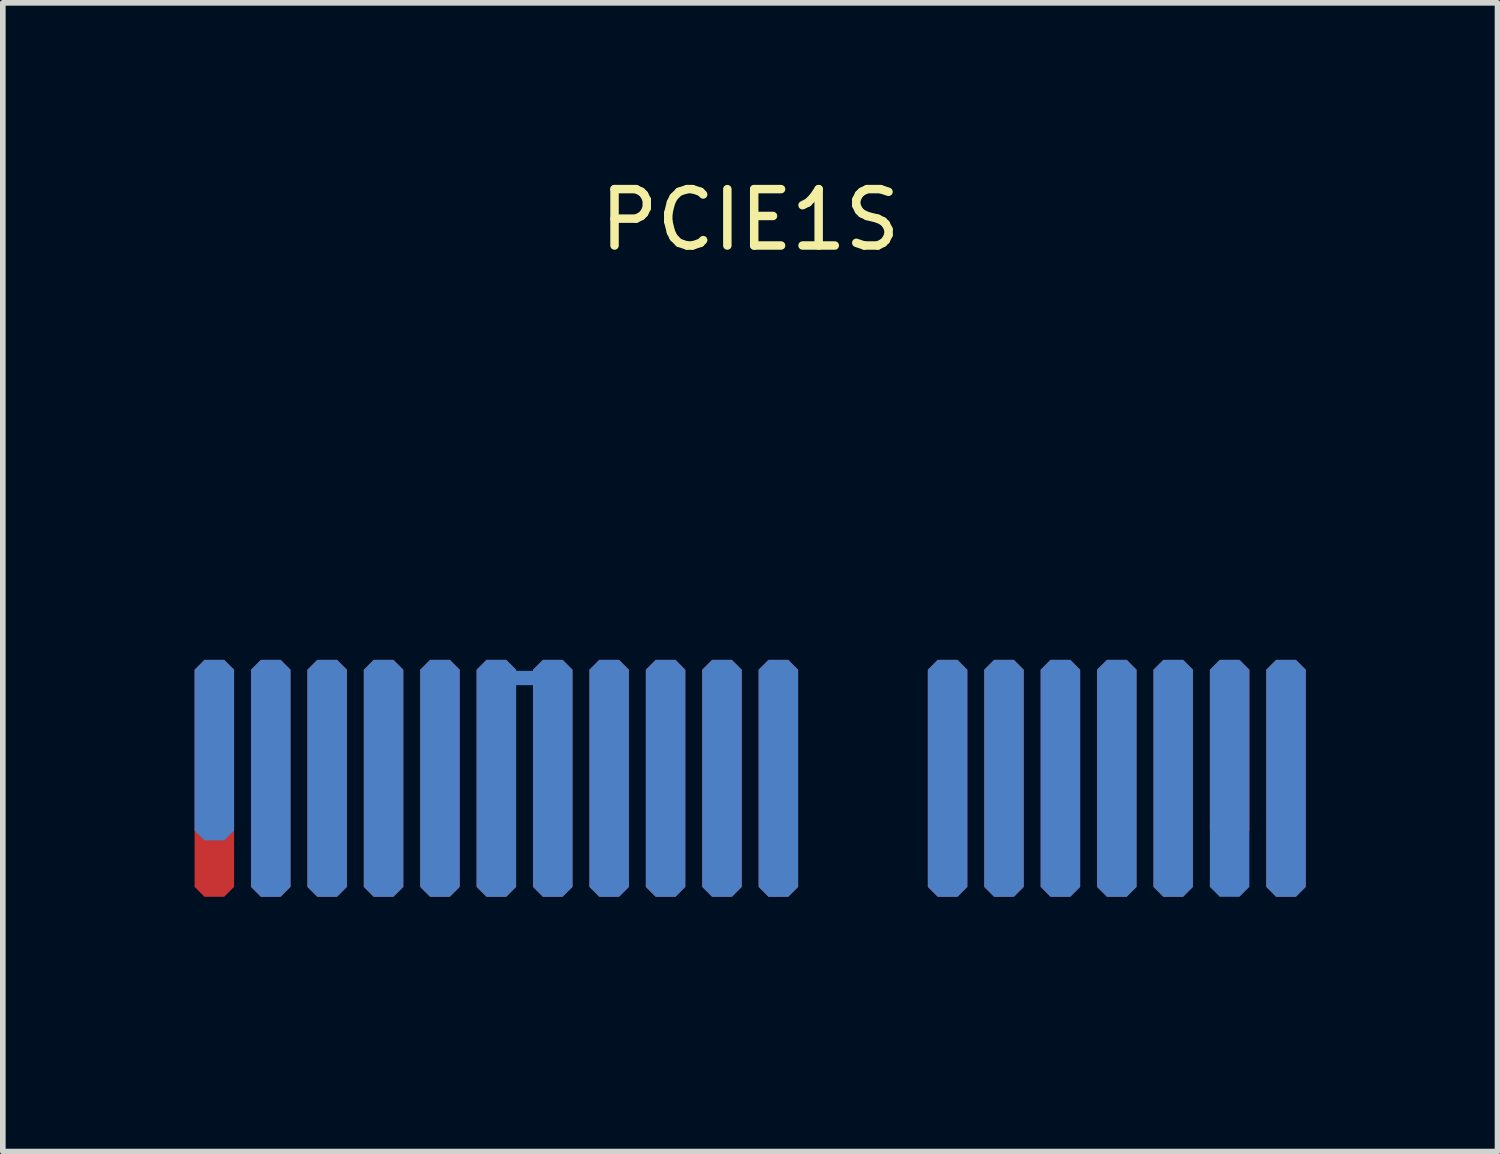
<source format=kicad_pcb>
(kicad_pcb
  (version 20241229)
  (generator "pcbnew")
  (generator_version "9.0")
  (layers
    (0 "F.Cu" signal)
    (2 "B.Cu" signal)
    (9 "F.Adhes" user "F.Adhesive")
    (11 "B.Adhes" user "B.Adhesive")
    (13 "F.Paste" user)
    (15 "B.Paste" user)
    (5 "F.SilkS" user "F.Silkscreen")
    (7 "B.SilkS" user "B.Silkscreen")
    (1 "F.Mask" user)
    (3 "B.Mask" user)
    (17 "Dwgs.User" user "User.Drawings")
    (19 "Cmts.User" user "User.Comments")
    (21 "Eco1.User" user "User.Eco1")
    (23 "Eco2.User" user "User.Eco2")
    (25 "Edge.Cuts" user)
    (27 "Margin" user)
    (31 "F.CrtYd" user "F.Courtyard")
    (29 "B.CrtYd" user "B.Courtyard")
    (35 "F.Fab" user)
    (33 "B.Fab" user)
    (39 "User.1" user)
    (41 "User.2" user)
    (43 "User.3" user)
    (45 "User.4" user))
  (footprint "PCIE1S"
    (layer "F.Cu")
    (at 0.75 10.749)
    (property "Reference" "PCIE1S" (at 9.5 -9.901 0) (layer "F.SilkS") (effects (font (size 1 1) (thickness 0.15))))
    (fp_line (start 5.08 -1.778) (end 5.842 -1.778) (stroke (width 0.254) (type solid)) (layer "B.Cu"))
    (fp_line (start -0.65 3.149) (end -0.65 -7.414) (stroke (width 0.2) (type solid)) (layer "User.1"))
    (fp_line (start -0.65 3.155) (end -0.65 3.149) (stroke (width 0.2) (type solid)) (layer "User.1"))
    (fp_line (start -0.65 3.155) (end -0.288 3.517) (stroke (width 0.2) (type solid)) (layer "User.1"))
    (fp_line (start -0.288 3.517) (end 10.194 3.517) (stroke (width 0.2) (type solid)) (layer "User.1"))
    (fp_line (start 10.194 3.517) (end 10.652 3.06) (stroke (width 0.2) (type solid)) (layer "User.1"))
    (fp_line (start 10.652 3.06) (end 10.652 -3.953) (stroke (width 0.2) (type solid)) (layer "User.1"))
    (fp_line (start 12.348 3.045) (end 12.353 3.045) (stroke (width 0.2) (type solid)) (layer "User.1"))
    (fp_line (start 12.351 3.042) (end 12.351 -3.953) (stroke (width 0.2) (type solid)) (layer "User.1"))
    (fp_line (start 12.353 3.045) (end 12.826 3.517) (stroke (width 0.2) (type solid)) (layer "User.1"))
    (fp_line (start 12.826 3.517) (end 19.294 3.517) (stroke (width 0.2) (type solid)) (layer "User.1"))
    (fp_line (start 19.294 3.517) (end 19.65 3.161) (stroke (width 0.2) (type solid)) (layer "User.1"))
    (fp_line (start 19.65 3.149) (end 19.65 -9.101) (stroke (width 0.2) (type solid)) (layer "User.1"))
    (fp_line (start 19.65 3.161) (end 19.65 3.149) (stroke (width 0.2) (type solid)) (layer "User.1"))
    (fp_arc (start 10.65086 -3.9531) (mid 11.49998 -4.80222) (end 12.3491 -3.9531) (stroke (width 0.2) (type solid)) (layer "User.1"))
    (pad "1" smd roundrect (at 0 0 180) (size 0.7 4.2) (layers "F.Cu" "F.Mask" "F.Paste") (roundrect_rratio 0.25) (chamfer_ratio 0.25) (chamfer top_left top_right bottom_left bottom_right))
    (pad "2" smd roundrect (at 1 0 180) (size 0.7 4.2) (layers "F.Cu" "F.Mask" "F.Paste") (roundrect_rratio 0.25) (chamfer_ratio 0.25) (chamfer top_left top_right bottom_left bottom_right))
    (pad "3" smd roundrect (at 2 0 180) (size 0.7 4.2) (layers "F.Cu" "F.Mask" "F.Paste") (roundrect_rratio 0.25) (chamfer_ratio 0.25) (chamfer top_left top_right bottom_left bottom_right))
    (pad "4" smd roundrect (at 3 0 180) (size 0.7 4.2) (layers "F.Cu" "F.Mask" "F.Paste") (roundrect_rratio 0.25) (chamfer_ratio 0.25) (chamfer top_left top_right bottom_left bottom_right))
    (pad "5" smd roundrect (at 4 0 180) (size 0.7 4.2) (layers "F.Cu" "F.Mask" "F.Paste") (roundrect_rratio 0.25) (chamfer_ratio 0.25) (chamfer top_left top_right bottom_left bottom_right))
    (pad "6" smd roundrect (at 5 0 180) (size 0.7 4.2) (layers "F.Cu" "F.Mask" "F.Paste") (roundrect_rratio 0.25) (chamfer_ratio 0.25) (chamfer top_left top_right bottom_left bottom_right))
    (pad "7" smd roundrect (at 6 0 180) (size 0.7 4.2) (layers "F.Cu" "F.Mask" "F.Paste") (roundrect_rratio 0.25) (chamfer_ratio 0.25) (chamfer top_left top_right bottom_left bottom_right))
    (pad "8" smd roundrect (at 7 0 180) (size 0.7 4.2) (layers "F.Cu" "F.Mask" "F.Paste") (roundrect_rratio 0.25) (chamfer_ratio 0.25) (chamfer top_left top_right bottom_left bottom_right))
    (pad "9" smd roundrect (at 8 0 180) (size 0.7 4.2) (layers "F.Cu" "F.Mask" "F.Paste") (roundrect_rratio 0.25) (chamfer_ratio 0.25) (chamfer top_left top_right bottom_left bottom_right))
    (pad "10" smd roundrect (at 9 0 180) (size 0.7 4.2) (layers "F.Cu" "F.Mask" "F.Paste") (roundrect_rratio 0.25) (chamfer_ratio 0.25) (chamfer top_left top_right bottom_left bottom_right))
    (pad "11" smd roundrect (at 10 0 180) (size 0.7 4.2) (layers "F.Cu" "F.Mask" "F.Paste") (roundrect_rratio 0.25) (chamfer_ratio 0.25) (chamfer top_left top_right bottom_left bottom_right))
    (pad "12" smd roundrect (at 13 0 180) (size 0.7 4.2) (layers "F.Cu" "F.Mask" "F.Paste") (roundrect_rratio 0.25) (chamfer_ratio 0.25) (chamfer top_left top_right bottom_left bottom_right))
    (pad "13" smd roundrect (at 14 0 180) (size 0.7 4.2) (layers "F.Cu" "F.Mask" "F.Paste") (roundrect_rratio 0.25) (chamfer_ratio 0.25) (chamfer top_left top_right bottom_left bottom_right))
    (pad "14" smd roundrect (at 15 0 180) (size 0.7 4.2) (layers "F.Cu" "F.Mask" "F.Paste") (roundrect_rratio 0.25) (chamfer_ratio 0.25) (chamfer top_left top_right bottom_left bottom_right))
    (pad "15" smd roundrect (at 16 0 180) (size 0.7 4.2) (layers "F.Cu" "F.Mask" "F.Paste") (roundrect_rratio 0.25) (chamfer_ratio 0.25) (chamfer top_left top_right bottom_left bottom_right))
    (pad "16" smd roundrect (at 17 0 180) (size 0.7 4.2) (layers "F.Cu" "F.Mask" "F.Paste") (roundrect_rratio 0.25) (chamfer_ratio 0.25) (chamfer top_left top_right bottom_left bottom_right))
    (pad "17" smd roundrect (at 18 -0.5 180) (size 0.7 3.2) (layers "F.Cu" "F.Mask" "F.Paste") (roundrect_rratio 0.25) (chamfer_ratio 0.25) (chamfer top_left top_right bottom_left bottom_right))
    (pad "18" smd roundrect (at 19 0 180) (size 0.7 4.2) (layers "F.Cu" "F.Mask" "F.Paste") (roundrect_rratio 0.25) (chamfer_ratio 0.25) (chamfer top_left top_right bottom_left bottom_right))
    (pad "19" smd roundrect (at 19 0 180) (size 0.7 4.2) (layers "B.Cu" "B.Mask" "B.Paste") (roundrect_rratio 0.25) (chamfer_ratio 0.25) (chamfer top_left top_right bottom_left bottom_right))
    (pad "20" smd roundrect (at 18 0 180) (size 0.7 4.2) (layers "B.Cu" "B.Mask" "B.Paste") (roundrect_rratio 0.25) (chamfer_ratio 0.25) (chamfer top_left top_right bottom_left bottom_right))
    (pad "21" smd roundrect (at 17 0 180) (size 0.7 4.2) (layers "B.Cu" "B.Mask" "B.Paste") (roundrect_rratio 0.25) (chamfer_ratio 0.25) (chamfer top_left top_right bottom_left bottom_right))
    (pad "22" smd roundrect (at 16 0 180) (size 0.7 4.2) (layers "B.Cu" "B.Mask" "B.Paste") (roundrect_rratio 0.25) (chamfer_ratio 0.25) (chamfer top_left top_right bottom_left bottom_right))
    (pad "23" smd roundrect (at 15 0 180) (size 0.7 4.2) (layers "B.Cu" "B.Mask" "B.Paste") (roundrect_rratio 0.25) (chamfer_ratio 0.25) (chamfer top_left top_right bottom_left bottom_right))
    (pad "24" smd roundrect (at 14 0 180) (size 0.7 4.2) (layers "B.Cu" "B.Mask" "B.Paste") (roundrect_rratio 0.25) (chamfer_ratio 0.25) (chamfer top_left top_right bottom_left bottom_right))
    (pad "25" smd roundrect (at 13 0 180) (size 0.7 4.2) (layers "B.Cu" "B.Mask" "B.Paste") (roundrect_rratio 0.25) (chamfer_ratio 0.25) (chamfer top_left top_right bottom_left bottom_right))
    (pad "26" smd roundrect (at 10 0 180) (size 0.7 4.2) (layers "B.Cu" "B.Mask" "B.Paste") (roundrect_rratio 0.25) (chamfer_ratio 0.25) (chamfer top_left top_right bottom_left bottom_right))
    (pad "27" smd roundrect (at 9 0 180) (size 0.7 4.2) (layers "B.Cu" "B.Mask" "B.Paste") (roundrect_rratio 0.25) (chamfer_ratio 0.25) (chamfer top_left top_right bottom_left bottom_right))
    (pad "28" smd roundrect (at 8 0 180) (size 0.7 4.2) (layers "B.Cu" "B.Mask" "B.Paste") (roundrect_rratio 0.25) (chamfer_ratio 0.25) (chamfer top_left top_right bottom_left bottom_right))
    (pad "29" smd roundrect (at 7 0 180) (size 0.7 4.2) (layers "B.Cu" "B.Mask" "B.Paste") (roundrect_rratio 0.25) (chamfer_ratio 0.25) (chamfer top_left top_right bottom_left bottom_right))
    (pad "30" smd roundrect (at 6 0 180) (size 0.7 4.2) (layers "B.Cu" "B.Mask" "B.Paste") (roundrect_rratio 0.25) (chamfer_ratio 0.25) (chamfer top_left top_right bottom_left bottom_right))
    (pad "31" smd roundrect (at 5 0 180) (size 0.7 4.2) (layers "B.Cu" "B.Mask" "B.Paste") (roundrect_rratio 0.25) (chamfer_ratio 0.25) (chamfer top_left top_right bottom_left bottom_right))
    (pad "32" smd roundrect (at 4 0 180) (size 0.7 4.2) (layers "B.Cu" "B.Mask" "B.Paste") (roundrect_rratio 0.25) (chamfer_ratio 0.25) (chamfer top_left top_right bottom_left bottom_right))
    (pad "33" smd roundrect (at 3 0 180) (size 0.7 4.2) (layers "B.Cu" "B.Mask" "B.Paste") (roundrect_rratio 0.25) (chamfer_ratio 0.25) (chamfer top_left top_right bottom_left bottom_right))
    (pad "34" smd roundrect (at 2 0 180) (size 0.7 4.2) (layers "B.Cu" "B.Mask" "B.Paste") (roundrect_rratio 0.25) (chamfer_ratio 0.25) (chamfer top_left top_right bottom_left bottom_right))
    (pad "35" smd roundrect (at 1 0 180) (size 0.7 4.2) (layers "B.Cu" "B.Mask" "B.Paste") (roundrect_rratio 0.25) (chamfer_ratio 0.25) (chamfer top_left top_right bottom_left bottom_right))
    (pad "36" smd roundrect (at 0 -0.5 180) (size 0.7 3.2) (layers "B.Cu" "B.Mask" "B.Paste") (roundrect_rratio 0.25) (chamfer_ratio 0.25) (chamfer top_left top_right bottom_left bottom_right))
    (zone (net_name "") (layers "F.Cu" "B.Cu") (hatch edge 0.5) (connect_pads) (min_thickness 0.25) (filled_areas_thickness no) (keepout (tracks not_allowed) (vias not_allowed) (pads not_allowed) (copperpour not_allowed) (footprints allowed)) (placement (enabled no)) (fill) (polygon (pts (xy 0.002 3.316) (xy 0.017 3.28) (xy 0.044 3.252) (xy 0.08 3.237) (xy 0.12 3.237) (xy 0.156 3.252) (xy 0.183 3.28) (xy 0.198 3.316) (xy 0.2 3.335) (xy 0.2 13.898) (xy 0.198 13.917) (xy 0.183 13.953) (xy 0.156 13.981) (xy 0.12 13.996) (xy 0.08 13.996) (xy 0.044 13.981) (xy 0.017 13.953) (xy 0.002 13.917) (xy 0 13.898) (xy 0 3.335))))
    (zone (net_name "") (layers "F.Cu" "B.Cu") (hatch edge 0.5) (connect_pads) (min_thickness 0.25) (filled_areas_thickness no) (keepout (tracks not_allowed) (vias not_allowed) (pads not_allowed) (copperpour not_allowed) (footprints allowed)) (placement (enabled no)) (fill) (polygon (pts (xy 0.539 14.198) (xy 0.554 14.234) (xy 0.554 14.273) (xy 0.539 14.309) (xy 0.511 14.337) (xy 0.475 14.352) (xy 0.436 14.352) (xy 0.4 14.337) (xy 0.385 14.324) (xy 0.029 13.969) (xy 0.017 13.953) (xy 0.002 13.917) (xy 0.002 13.878) (xy 0.017 13.842) (xy 0.044 13.815) (xy 0.08 13.8) (xy 0.12 13.8) (xy 0.156 13.815) (xy 0.171 13.827) (xy 0.526 14.183))))
    (zone (net_name "") (layers "F.Cu" "B.Cu") (hatch edge 0.5) (connect_pads) (min_thickness 0.25) (filled_areas_thickness no) (keepout (tracks not_allowed) (vias not_allowed) (pads not_allowed) (copperpour not_allowed) (footprints allowed)) (placement (enabled no)) (fill) (polygon (pts (xy 10.964 14.168) (xy 11 14.183) (xy 11.028 14.21) (xy 11.042 14.246) (xy 11.042 14.285) (xy 11.028 14.321) (xy 11 14.349) (xy 10.964 14.364) (xy 10.944 14.366) (xy 0.462 14.366) (xy 0.442 14.364) (xy 0.406 14.349) (xy 0.379 14.321) (xy 0.364 14.285) (xy 0.364 14.246) (xy 0.379 14.21) (xy 0.406 14.183) (xy 0.442 14.168) (xy 0.462 14.166) (xy 10.944 14.166))))
    (zone (net_name "") (layers "F.Cu" "B.Cu") (hatch edge 0.5) (connect_pads) (min_thickness 0.25) (filled_areas_thickness no) (keepout (tracks not_allowed) (vias not_allowed) (pads not_allowed) (copperpour not_allowed) (footprints allowed)) (placement (enabled no)) (fill) (polygon (pts (xy 11.304 6.742) (xy 11.318 6.706) (xy 11.346 6.678) (xy 11.382 6.663) (xy 11.421 6.663) (xy 11.457 6.678) (xy 11.485 6.706) (xy 11.5 6.742) (xy 11.502 6.761) (xy 11.502 13.796) (xy 11.5 13.816) (xy 11.485 13.852) (xy 11.457 13.879) (xy 11.421 13.894) (xy 11.382 13.894) (xy 11.346 13.879) (xy 11.318 13.852) (xy 11.304 13.816) (xy 11.302 13.796) (xy 11.302 6.761))))
    (zone (net_name "") (layers "F.Cu" "B.Cu") (hatch edge 0.5) (connect_pads) (min_thickness 0.25) (filled_areas_thickness no) (keepout (tracks not_allowed) (vias not_allowed) (pads not_allowed) (copperpour not_allowed) (footprints allowed)) (placement (enabled no)) (fill) (polygon (pts (xy 11.346 13.713) (xy 11.382 13.698) (xy 11.421 13.698) (xy 11.457 13.713) (xy 11.485 13.741) (xy 11.5 13.777) (xy 11.5 13.816) (xy 11.485 13.852) (xy 11.472 13.867) (xy 11.015 14.324) (xy 11 14.337) (xy 10.964 14.352) (xy 10.925 14.352) (xy 10.889 14.337) (xy 10.861 14.309) (xy 10.846 14.273) (xy 10.846 14.234) (xy 10.861 14.198) (xy 10.874 14.183) (xy 11.331 13.726))))
    (zone (net_name "") (layers "F.Cu" "B.Cu") (hatch edge 0.5) (connect_pads) (min_thickness 0.25) (filled_areas_thickness no) (keepout (tracks not_allowed) (vias not_allowed) (pads not_allowed) (copperpour not_allowed) (footprints allowed)) (placement (enabled no)) (fill) (polygon (pts (xy 13 6.742) (xy 13.015 6.706) (xy 13.043 6.678) (xy 13.079 6.663) (xy 13.118 6.663) (xy 13.154 6.678) (xy 13.182 6.706) (xy 13.196 6.742) (xy 13.198 6.761) (xy 13.198 13.794) (xy 13.196 13.813) (xy 13.182 13.849) (xy 13.154 13.877) (xy 13.118 13.892) (xy 13.079 13.892) (xy 13.043 13.877) (xy 13.015 13.849) (xy 13 13.813) (xy 12.998 13.794) (xy 12.998 6.761))))
    (zone (net_name "") (layers "F.Cu" "B.Cu") (hatch edge 0.5) (connect_pads) (min_thickness 0.25) (filled_areas_thickness no) (keepout (tracks not_allowed) (vias not_allowed) (pads not_allowed) (copperpour not_allowed) (footprints allowed)) (placement (enabled no)) (fill) (polygon (pts (xy 13.654 14.21) (xy 13.669 14.246) (xy 13.669 14.285) (xy 13.654 14.321) (xy 13.626 14.349) (xy 13.59 14.364) (xy 13.551 14.364) (xy 13.515 14.349) (xy 13.5 14.337) (xy 13.028 13.864) (xy 13.015 13.849) (xy 13 13.813) (xy 13 13.774) (xy 13.015 13.738) (xy 13.043 13.71) (xy 13.079 13.695) (xy 13.118 13.695) (xy 13.154 13.71) (xy 13.169 13.723) (xy 13.641 14.195))))
    (zone (net_name "") (layers "F.Cu" "B.Cu") (hatch edge 0.5) (connect_pads) (min_thickness 0.25) (filled_areas_thickness no) (keepout (tracks not_allowed) (vias not_allowed) (pads not_allowed) (copperpour not_allowed) (footprints allowed)) (placement (enabled no)) (fill) (polygon (pts (xy 20.064 14.168) (xy 20.1 14.183) (xy 20.128 14.21) (xy 20.142 14.246) (xy 20.142 14.285) (xy 20.128 14.321) (xy 20.1 14.349) (xy 20.064 14.364) (xy 20.044 14.366) (xy 13.571 14.366) (xy 13.551 14.364) (xy 13.515 14.349) (xy 13.488 14.321) (xy 13.473 14.285) (xy 13.473 14.246) (xy 13.488 14.21) (xy 13.515 14.183) (xy 13.551 14.168) (xy 13.571 14.166) (xy 20.044 14.166))))
    (zone (net_name "") (layers "F.Cu" "B.Cu") (hatch edge 0.5) (connect_pads) (min_thickness 0.25) (filled_areas_thickness no) (keepout (tracks not_allowed) (vias not_allowed) (pads not_allowed) (copperpour not_allowed) (footprints allowed)) (placement (enabled no)) (fill) (polygon (pts (xy 20.302 1.629) (xy 20.317 1.593) (xy 20.344 1.565) (xy 20.381 1.55) (xy 20.42 1.55) (xy 20.456 1.565) (xy 20.483 1.593) (xy 20.498 1.629) (xy 20.5 1.648) (xy 20.5 13.898) (xy 20.498 13.917) (xy 20.483 13.953) (xy 20.456 13.981) (xy 20.42 13.996) (xy 20.381 13.996) (xy 20.344 13.981) (xy 20.317 13.953) (xy 20.302 13.917) (xy 20.3 13.898) (xy 20.3 1.648))))
    (zone (net_name "") (layers "F.Cu" "B.Cu") (hatch edge 0.5) (connect_pads) (min_thickness 0.25) (filled_areas_thickness no) (keepout (tracks not_allowed) (vias not_allowed) (pads not_allowed) (copperpour not_allowed) (footprints allowed)) (placement (enabled no)) (fill) (polygon (pts (xy 20.344 13.815) (xy 20.381 13.8) (xy 20.42 13.8) (xy 20.456 13.815) (xy 20.483 13.842) (xy 20.498 13.878) (xy 20.498 13.917) (xy 20.483 13.953) (xy 20.471 13.969) (xy 20.115 14.324) (xy 20.1 14.337) (xy 20.064 14.352) (xy 20.025 14.352) (xy 19.989 14.337) (xy 19.961 14.309) (xy 19.946 14.273) (xy 19.946 14.234) (xy 19.961 14.198) (xy 19.974 14.183) (xy 20.329 13.827))))
    (zone (net_name "") (layers "F.Cu" "B.Cu") (hatch edge 0.5) (connect_pads) (min_thickness 0.25) (filled_areas_thickness no) (keepout (tracks not_allowed) (vias not_allowed) (pads not_allowed) (copperpour not_allowed) (footprints allowed)) (placement (enabled no)) (fill) (polygon (pts (xy 11.499 6.796) (xy 11.486 6.846) (xy 11.449 6.883) (xy 11.399 6.896) (xy 11.349 6.883) (xy 11.312 6.846) (xy 11.299 6.796) (xy 11.317 6.61) (xy 11.371 6.432) (xy 11.459 6.268) (xy 11.578 6.124) (xy 11.722 6.005) (xy 11.886 5.917) (xy 12.064 5.863) (xy 12.25 5.845) (xy 12.436 5.863) (xy 12.614 5.917) (xy 12.778 6.005) (xy 12.922 6.124) (xy 13.041 6.268) (xy 13.129 6.432) (xy 13.183 6.61) (xy 13.201 6.796) (xy 13.187 6.846) (xy 13.151 6.883) (xy 13.101 6.896) (xy 13.051 6.883) (xy 13.014 6.846) (xy 13.001 6.796) (xy 13.001 6.717) (xy 12.968 6.563) (xy 12.904 6.418) (xy 12.811 6.291) (xy 12.694 6.185) (xy 12.557 6.106) (xy 12.407 6.057) (xy 12.25 6.041) (xy 12.093 6.057) (xy 11.943 6.106) (xy 11.806 6.185) (xy 11.689 6.291) (xy 11.596 6.418) (xy 11.532 6.563) (xy 11.499 6.717)))))
  (gr_rect
    (start -3 -3)
    (end 23.5 17.366)
    (stroke (width 0.1) (type default))
    (fill no)
    (layer "Edge.Cuts")))
</source>
